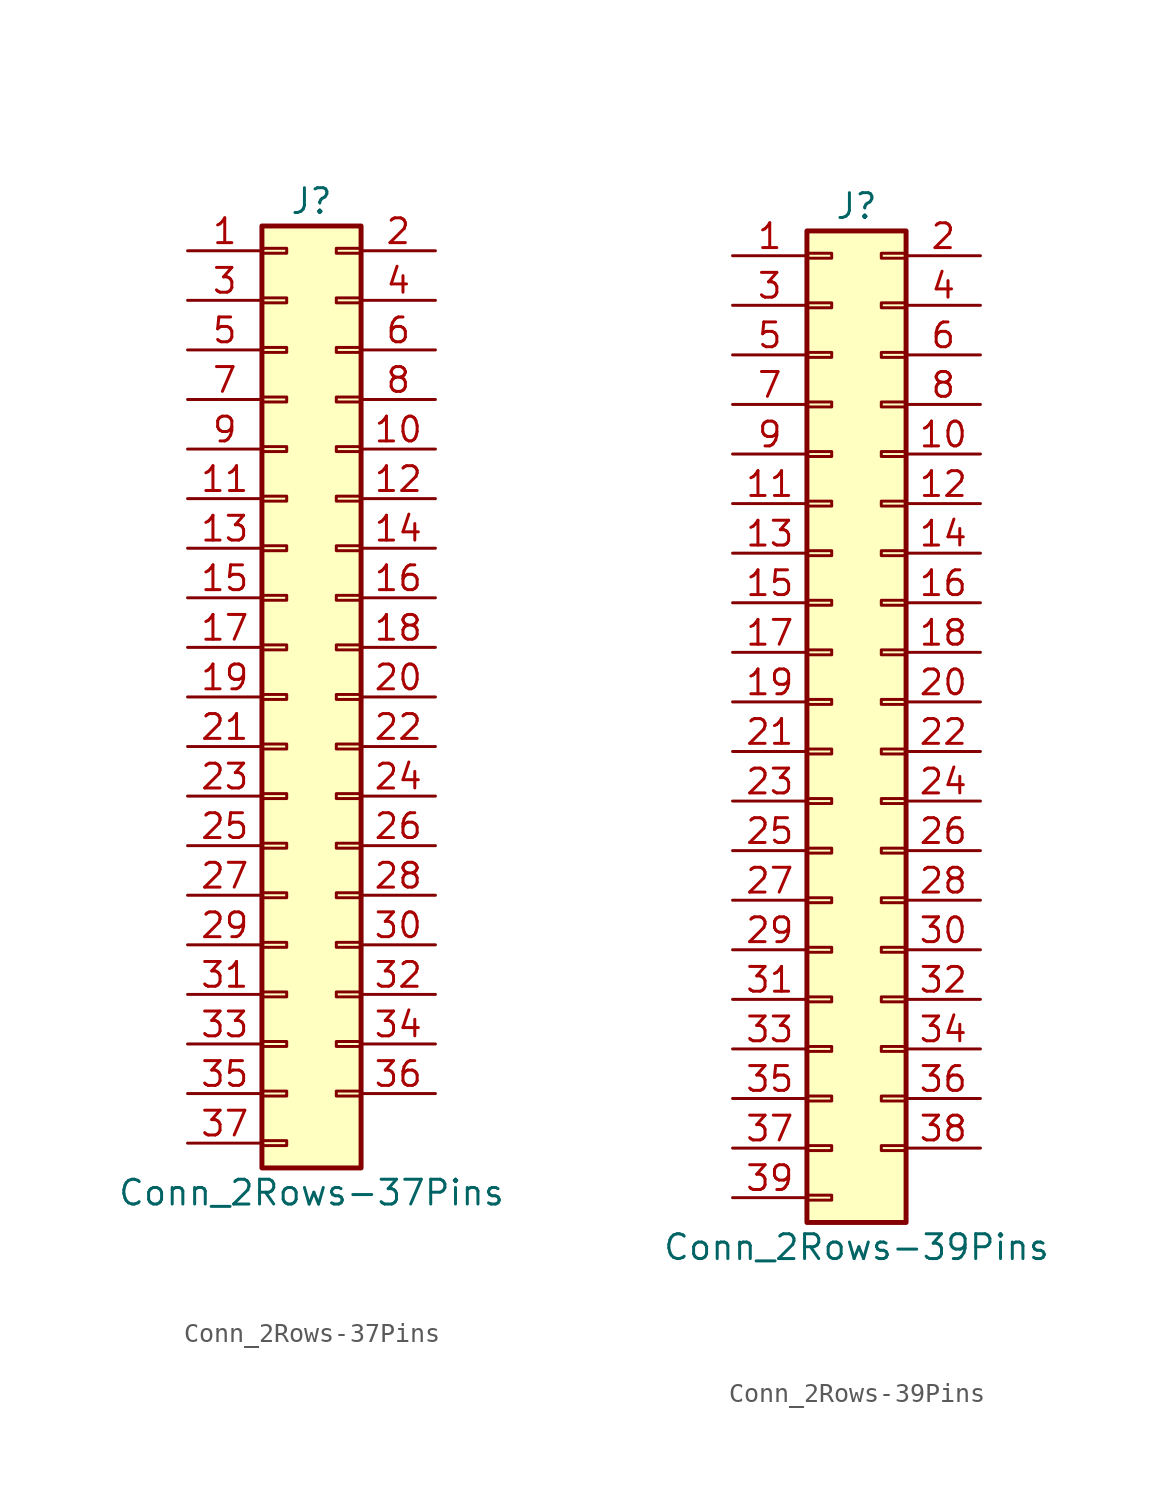
<source format=kicad_sym>
(kicad_symbol_lib
  (version 20201005)
  (generator kicad_symbol_editor)
  (symbol "Conn_2Rows-37Pins"
    (pin_names
      (offset 1.016) hide)
    (property "Reference" "J"
      (at 1.27 25.4 0)
      (effects (font (size 1.27 1.27))))
    (property "Value" "Conn_2Rows-37Pins"
      (at 1.27 -25.4 0)
      (effects (font (size 1.27 1.27))))
    (symbol "Conn_2Rows-37Pins_1_1"
      (rectangle (start -1.27 -22.733) (end 0 -22.987) (stroke (width 0.152)) (fill (type none)))
      (rectangle (start -1.27 -20.193) (end 0 -20.447) (stroke (width 0.152)) (fill (type none)))
      (rectangle (start -1.27 -17.653) (end 0 -17.907) (stroke (width 0.152)) (fill (type none)))
      (rectangle (start -1.27 -15.113) (end 0 -15.367) (stroke (width 0.152)) (fill (type none)))
      (rectangle (start -1.27 -12.573) (end 0 -12.827) (stroke (width 0.152)) (fill (type none)))
      (rectangle (start -1.27 -10.033) (end 0 -10.287) (stroke (width 0.152)) (fill (type none)))
      (rectangle (start -1.27 -7.493) (end 0 -7.747) (stroke (width 0.152)) (fill (type none)))
      (rectangle (start -1.27 -4.953) (end 0 -5.207) (stroke (width 0.152)) (fill (type none)))
      (rectangle (start -1.27 -2.413) (end 0 -2.667) (stroke (width 0.152)) (fill (type none)))
      (rectangle (start -1.27 0.127) (end 0 -0.127) (stroke (width 0.152)) (fill (type none)))
      (rectangle (start -1.27 2.667) (end 0 2.413) (stroke (width 0.152)) (fill (type none)))
      (rectangle (start -1.27 5.207) (end 0 4.953) (stroke (width 0.152)) (fill (type none)))
      (rectangle (start -1.27 7.747) (end 0 7.493) (stroke (width 0.152)) (fill (type none)))
      (rectangle (start -1.27 10.287) (end 0 10.033) (stroke (width 0.152)) (fill (type none)))
      (rectangle (start -1.27 12.827) (end 0 12.573) (stroke (width 0.152)) (fill (type none)))
      (rectangle (start -1.27 15.367) (end 0 15.113) (stroke (width 0.152)) (fill (type none)))
      (rectangle (start -1.27 17.907) (end 0 17.653) (stroke (width 0.152)) (fill (type none)))
      (rectangle (start -1.27 20.447) (end 0 20.193) (stroke (width 0.152)) (fill (type none)))
      (rectangle (start -1.27 22.987) (end 0 22.733) (stroke (width 0.152)) (fill (type none)))
      (rectangle (start -1.27 24.13) (end 3.81 -24.13) (stroke (width 0.254)) (fill (type background)))
      (rectangle (start 3.81 -20.193) (end 2.54 -20.447) (stroke (width 0.152)) (fill (type none)))
      (rectangle (start 3.81 -17.653) (end 2.54 -17.907) (stroke (width 0.152)) (fill (type none)))
      (rectangle (start 3.81 -15.113) (end 2.54 -15.367) (stroke (width 0.152)) (fill (type none)))
      (rectangle (start 3.81 -12.573) (end 2.54 -12.827) (stroke (width 0.152)) (fill (type none)))
      (rectangle (start 3.81 -10.033) (end 2.54 -10.287) (stroke (width 0.152)) (fill (type none)))
      (rectangle (start 3.81 -7.493) (end 2.54 -7.747) (stroke (width 0.152)) (fill (type none)))
      (rectangle (start 3.81 -4.953) (end 2.54 -5.207) (stroke (width 0.152)) (fill (type none)))
      (rectangle (start 3.81 -2.413) (end 2.54 -2.667) (stroke (width 0.152)) (fill (type none)))
      (rectangle (start 3.81 0.127) (end 2.54 -0.127) (stroke (width 0.152)) (fill (type none)))
      (rectangle (start 3.81 2.667) (end 2.54 2.413) (stroke (width 0.152)) (fill (type none)))
      (rectangle (start 3.81 5.207) (end 2.54 4.953) (stroke (width 0.152)) (fill (type none)))
      (rectangle (start 3.81 7.747) (end 2.54 7.493) (stroke (width 0.152)) (fill (type none)))
      (rectangle (start 3.81 10.287) (end 2.54 10.033) (stroke (width 0.152)) (fill (type none)))
      (rectangle (start 3.81 12.827) (end 2.54 12.573) (stroke (width 0.152)) (fill (type none)))
      (rectangle (start 3.81 15.367) (end 2.54 15.113) (stroke (width 0.152)) (fill (type none)))
      (rectangle (start 3.81 17.907) (end 2.54 17.653) (stroke (width 0.152)) (fill (type none)))
      (rectangle (start 3.81 20.447) (end 2.54 20.193) (stroke (width 0.152)) (fill (type none)))
      (rectangle (start 3.81 22.987) (end 2.54 22.733) (stroke (width 0.152)) (fill (type none)))
      (pin passive line (at -5.08 22.86 0) (length 3.81) (name "Pin_1" (effects (font (size 1.27 1.27)))) (number "1" (effects (font (size 1.27 1.27)))))
      (pin passive line (at 7.62 12.7 180) (length 3.81) (name "Pin_10" (effects (font (size 1.27 1.27)))) (number "10" (effects (font (size 1.27 1.27)))))
      (pin passive line (at -5.08 10.16 0) (length 3.81) (name "Pin_11" (effects (font (size 1.27 1.27)))) (number "11" (effects (font (size 1.27 1.27)))))
      (pin passive line (at 7.62 10.16 180) (length 3.81) (name "Pin_12" (effects (font (size 1.27 1.27)))) (number "12" (effects (font (size 1.27 1.27)))))
      (pin passive line (at -5.08 7.62 0) (length 3.81) (name "Pin_13" (effects (font (size 1.27 1.27)))) (number "13" (effects (font (size 1.27 1.27)))))
      (pin passive line (at 7.62 7.62 180) (length 3.81) (name "Pin_14" (effects (font (size 1.27 1.27)))) (number "14" (effects (font (size 1.27 1.27)))))
      (pin passive line (at -5.08 5.08 0) (length 3.81) (name "Pin_15" (effects (font (size 1.27 1.27)))) (number "15" (effects (font (size 1.27 1.27)))))
      (pin passive line (at 7.62 5.08 180) (length 3.81) (name "Pin_16" (effects (font (size 1.27 1.27)))) (number "16" (effects (font (size 1.27 1.27)))))
      (pin passive line (at -5.08 2.54 0) (length 3.81) (name "Pin_17" (effects (font (size 1.27 1.27)))) (number "17" (effects (font (size 1.27 1.27)))))
      (pin passive line (at 7.62 2.54 180) (length 3.81) (name "Pin_18" (effects (font (size 1.27 1.27)))) (number "18" (effects (font (size 1.27 1.27)))))
      (pin passive line (at -5.08 0 0) (length 3.81) (name "Pin_19" (effects (font (size 1.27 1.27)))) (number "19" (effects (font (size 1.27 1.27)))))
      (pin passive line (at 7.62 22.86 180) (length 3.81) (name "Pin_2" (effects (font (size 1.27 1.27)))) (number "2" (effects (font (size 1.27 1.27)))))
      (pin passive line (at 7.62 0 180) (length 3.81) (name "Pin_20" (effects (font (size 1.27 1.27)))) (number "20" (effects (font (size 1.27 1.27)))))
      (pin passive line (at -5.08 -2.54 0) (length 3.81) (name "Pin_21" (effects (font (size 1.27 1.27)))) (number "21" (effects (font (size 1.27 1.27)))))
      (pin passive line (at 7.62 -2.54 180) (length 3.81) (name "Pin_22" (effects (font (size 1.27 1.27)))) (number "22" (effects (font (size 1.27 1.27)))))
      (pin passive line (at -5.08 -5.08 0) (length 3.81) (name "Pin_23" (effects (font (size 1.27 1.27)))) (number "23" (effects (font (size 1.27 1.27)))))
      (pin passive line (at 7.62 -5.08 180) (length 3.81) (name "Pin_24" (effects (font (size 1.27 1.27)))) (number "24" (effects (font (size 1.27 1.27)))))
      (pin passive line (at -5.08 -7.62 0) (length 3.81) (name "Pin_25" (effects (font (size 1.27 1.27)))) (number "25" (effects (font (size 1.27 1.27)))))
      (pin passive line (at 7.62 -7.62 180) (length 3.81) (name "Pin_26" (effects (font (size 1.27 1.27)))) (number "26" (effects (font (size 1.27 1.27)))))
      (pin passive line (at -5.08 -10.16 0) (length 3.81) (name "Pin_27" (effects (font (size 1.27 1.27)))) (number "27" (effects (font (size 1.27 1.27)))))
      (pin passive line (at 7.62 -10.16 180) (length 3.81) (name "Pin_28" (effects (font (size 1.27 1.27)))) (number "28" (effects (font (size 1.27 1.27)))))
      (pin passive line (at -5.08 -12.7 0) (length 3.81) (name "Pin_29" (effects (font (size 1.27 1.27)))) (number "29" (effects (font (size 1.27 1.27)))))
      (pin passive line (at -5.08 20.32 0) (length 3.81) (name "Pin_3" (effects (font (size 1.27 1.27)))) (number "3" (effects (font (size 1.27 1.27)))))
      (pin passive line (at 7.62 -12.7 180) (length 3.81) (name "Pin_30" (effects (font (size 1.27 1.27)))) (number "30" (effects (font (size 1.27 1.27)))))
      (pin passive line (at -5.08 -15.24 0) (length 3.81) (name "Pin_31" (effects (font (size 1.27 1.27)))) (number "31" (effects (font (size 1.27 1.27)))))
      (pin passive line (at 7.62 -15.24 180) (length 3.81) (name "Pin_32" (effects (font (size 1.27 1.27)))) (number "32" (effects (font (size 1.27 1.27)))))
      (pin passive line (at -5.08 -17.78 0) (length 3.81) (name "Pin_33" (effects (font (size 1.27 1.27)))) (number "33" (effects (font (size 1.27 1.27)))))
      (pin passive line (at 7.62 -17.78 180) (length 3.81) (name "Pin_34" (effects (font (size 1.27 1.27)))) (number "34" (effects (font (size 1.27 1.27)))))
      (pin passive line (at -5.08 -20.32 0) (length 3.81) (name "Pin_35" (effects (font (size 1.27 1.27)))) (number "35" (effects (font (size 1.27 1.27)))))
      (pin passive line (at 7.62 -20.32 180) (length 3.81) (name "Pin_36" (effects (font (size 1.27 1.27)))) (number "36" (effects (font (size 1.27 1.27)))))
      (pin passive line (at -5.08 -22.86 0) (length 3.81) (name "Pin_37" (effects (font (size 1.27 1.27)))) (number "37" (effects (font (size 1.27 1.27)))))
      (pin passive line (at 7.62 20.32 180) (length 3.81) (name "Pin_4" (effects (font (size 1.27 1.27)))) (number "4" (effects (font (size 1.27 1.27)))))
      (pin passive line (at -5.08 17.78 0) (length 3.81) (name "Pin_5" (effects (font (size 1.27 1.27)))) (number "5" (effects (font (size 1.27 1.27)))))
      (pin passive line (at 7.62 17.78 180) (length 3.81) (name "Pin_6" (effects (font (size 1.27 1.27)))) (number "6" (effects (font (size 1.27 1.27)))))
      (pin passive line (at -5.08 15.24 0) (length 3.81) (name "Pin_7" (effects (font (size 1.27 1.27)))) (number "7" (effects (font (size 1.27 1.27)))))
      (pin passive line (at 7.62 15.24 180) (length 3.81) (name "Pin_8" (effects (font (size 1.27 1.27)))) (number "8" (effects (font (size 1.27 1.27)))))
      (pin passive line (at -5.08 12.7 0) (length 3.81) (name "Pin_9" (effects (font (size 1.27 1.27)))) (number "9" (effects (font (size 1.27 1.27)))))))
  (symbol "Conn_2Rows-39Pins"
    (pin_names
      (offset 1.016) hide)
    (property "Reference" "J"
      (at 1.27 25.4 0)
      (effects (font (size 1.27 1.27))))
    (property "Value" "Conn_2Rows-39Pins"
      (at 1.27 -27.94 0)
      (effects (font (size 1.27 1.27))))
    (symbol "Conn_2Rows-39Pins_1_1"
      (rectangle (start -1.27 -25.273) (end 0 -25.527) (stroke (width 0.152)) (fill (type none)))
      (rectangle (start -1.27 -22.733) (end 0 -22.987) (stroke (width 0.152)) (fill (type none)))
      (rectangle (start -1.27 -20.193) (end 0 -20.447) (stroke (width 0.152)) (fill (type none)))
      (rectangle (start -1.27 -17.653) (end 0 -17.907) (stroke (width 0.152)) (fill (type none)))
      (rectangle (start -1.27 -15.113) (end 0 -15.367) (stroke (width 0.152)) (fill (type none)))
      (rectangle (start -1.27 -12.573) (end 0 -12.827) (stroke (width 0.152)) (fill (type none)))
      (rectangle (start -1.27 -10.033) (end 0 -10.287) (stroke (width 0.152)) (fill (type none)))
      (rectangle (start -1.27 -7.493) (end 0 -7.747) (stroke (width 0.152)) (fill (type none)))
      (rectangle (start -1.27 -4.953) (end 0 -5.207) (stroke (width 0.152)) (fill (type none)))
      (rectangle (start -1.27 -2.413) (end 0 -2.667) (stroke (width 0.152)) (fill (type none)))
      (rectangle (start -1.27 0.127) (end 0 -0.127) (stroke (width 0.152)) (fill (type none)))
      (rectangle (start -1.27 2.667) (end 0 2.413) (stroke (width 0.152)) (fill (type none)))
      (rectangle (start -1.27 5.207) (end 0 4.953) (stroke (width 0.152)) (fill (type none)))
      (rectangle (start -1.27 7.747) (end 0 7.493) (stroke (width 0.152)) (fill (type none)))
      (rectangle (start -1.27 10.287) (end 0 10.033) (stroke (width 0.152)) (fill (type none)))
      (rectangle (start -1.27 12.827) (end 0 12.573) (stroke (width 0.152)) (fill (type none)))
      (rectangle (start -1.27 15.367) (end 0 15.113) (stroke (width 0.152)) (fill (type none)))
      (rectangle (start -1.27 17.907) (end 0 17.653) (stroke (width 0.152)) (fill (type none)))
      (rectangle (start -1.27 20.447) (end 0 20.193) (stroke (width 0.152)) (fill (type none)))
      (rectangle (start -1.27 22.987) (end 0 22.733) (stroke (width 0.152)) (fill (type none)))
      (rectangle (start -1.27 24.13) (end 3.81 -26.67) (stroke (width 0.254)) (fill (type background)))
      (rectangle (start 3.81 -22.733) (end 2.54 -22.987) (stroke (width 0.152)) (fill (type none)))
      (rectangle (start 3.81 -20.193) (end 2.54 -20.447) (stroke (width 0.152)) (fill (type none)))
      (rectangle (start 3.81 -17.653) (end 2.54 -17.907) (stroke (width 0.152)) (fill (type none)))
      (rectangle (start 3.81 -15.113) (end 2.54 -15.367) (stroke (width 0.152)) (fill (type none)))
      (rectangle (start 3.81 -12.573) (end 2.54 -12.827) (stroke (width 0.152)) (fill (type none)))
      (rectangle (start 3.81 -10.033) (end 2.54 -10.287) (stroke (width 0.152)) (fill (type none)))
      (rectangle (start 3.81 -7.493) (end 2.54 -7.747) (stroke (width 0.152)) (fill (type none)))
      (rectangle (start 3.81 -4.953) (end 2.54 -5.207) (stroke (width 0.152)) (fill (type none)))
      (rectangle (start 3.81 -2.413) (end 2.54 -2.667) (stroke (width 0.152)) (fill (type none)))
      (rectangle (start 3.81 0.127) (end 2.54 -0.127) (stroke (width 0.152)) (fill (type none)))
      (rectangle (start 3.81 2.667) (end 2.54 2.413) (stroke (width 0.152)) (fill (type none)))
      (rectangle (start 3.81 5.207) (end 2.54 4.953) (stroke (width 0.152)) (fill (type none)))
      (rectangle (start 3.81 7.747) (end 2.54 7.493) (stroke (width 0.152)) (fill (type none)))
      (rectangle (start 3.81 10.287) (end 2.54 10.033) (stroke (width 0.152)) (fill (type none)))
      (rectangle (start 3.81 12.827) (end 2.54 12.573) (stroke (width 0.152)) (fill (type none)))
      (rectangle (start 3.81 15.367) (end 2.54 15.113) (stroke (width 0.152)) (fill (type none)))
      (rectangle (start 3.81 17.907) (end 2.54 17.653) (stroke (width 0.152)) (fill (type none)))
      (rectangle (start 3.81 20.447) (end 2.54 20.193) (stroke (width 0.152)) (fill (type none)))
      (rectangle (start 3.81 22.987) (end 2.54 22.733) (stroke (width 0.152)) (fill (type none)))
      (pin passive line (at -5.08 22.86 0) (length 3.81) (name "Pin_1" (effects (font (size 1.27 1.27)))) (number "1" (effects (font (size 1.27 1.27)))))
      (pin passive line (at 7.62 12.7 180) (length 3.81) (name "Pin_10" (effects (font (size 1.27 1.27)))) (number "10" (effects (font (size 1.27 1.27)))))
      (pin passive line (at -5.08 10.16 0) (length 3.81) (name "Pin_11" (effects (font (size 1.27 1.27)))) (number "11" (effects (font (size 1.27 1.27)))))
      (pin passive line (at 7.62 10.16 180) (length 3.81) (name "Pin_12" (effects (font (size 1.27 1.27)))) (number "12" (effects (font (size 1.27 1.27)))))
      (pin passive line (at -5.08 7.62 0) (length 3.81) (name "Pin_13" (effects (font (size 1.27 1.27)))) (number "13" (effects (font (size 1.27 1.27)))))
      (pin passive line (at 7.62 7.62 180) (length 3.81) (name "Pin_14" (effects (font (size 1.27 1.27)))) (number "14" (effects (font (size 1.27 1.27)))))
      (pin passive line (at -5.08 5.08 0) (length 3.81) (name "Pin_15" (effects (font (size 1.27 1.27)))) (number "15" (effects (font (size 1.27 1.27)))))
      (pin passive line (at 7.62 5.08 180) (length 3.81) (name "Pin_16" (effects (font (size 1.27 1.27)))) (number "16" (effects (font (size 1.27 1.27)))))
      (pin passive line (at -5.08 2.54 0) (length 3.81) (name "Pin_17" (effects (font (size 1.27 1.27)))) (number "17" (effects (font (size 1.27 1.27)))))
      (pin passive line (at 7.62 2.54 180) (length 3.81) (name "Pin_18" (effects (font (size 1.27 1.27)))) (number "18" (effects (font (size 1.27 1.27)))))
      (pin passive line (at -5.08 0 0) (length 3.81) (name "Pin_19" (effects (font (size 1.27 1.27)))) (number "19" (effects (font (size 1.27 1.27)))))
      (pin passive line (at 7.62 22.86 180) (length 3.81) (name "Pin_2" (effects (font (size 1.27 1.27)))) (number "2" (effects (font (size 1.27 1.27)))))
      (pin passive line (at 7.62 0 180) (length 3.81) (name "Pin_20" (effects (font (size 1.27 1.27)))) (number "20" (effects (font (size 1.27 1.27)))))
      (pin passive line (at -5.08 -2.54 0) (length 3.81) (name "Pin_21" (effects (font (size 1.27 1.27)))) (number "21" (effects (font (size 1.27 1.27)))))
      (pin passive line (at 7.62 -2.54 180) (length 3.81) (name "Pin_22" (effects (font (size 1.27 1.27)))) (number "22" (effects (font (size 1.27 1.27)))))
      (pin passive line (at -5.08 -5.08 0) (length 3.81) (name "Pin_23" (effects (font (size 1.27 1.27)))) (number "23" (effects (font (size 1.27 1.27)))))
      (pin passive line (at 7.62 -5.08 180) (length 3.81) (name "Pin_24" (effects (font (size 1.27 1.27)))) (number "24" (effects (font (size 1.27 1.27)))))
      (pin passive line (at -5.08 -7.62 0) (length 3.81) (name "Pin_25" (effects (font (size 1.27 1.27)))) (number "25" (effects (font (size 1.27 1.27)))))
      (pin passive line (at 7.62 -7.62 180) (length 3.81) (name "Pin_26" (effects (font (size 1.27 1.27)))) (number "26" (effects (font (size 1.27 1.27)))))
      (pin passive line (at -5.08 -10.16 0) (length 3.81) (name "Pin_27" (effects (font (size 1.27 1.27)))) (number "27" (effects (font (size 1.27 1.27)))))
      (pin passive line (at 7.62 -10.16 180) (length 3.81) (name "Pin_28" (effects (font (size 1.27 1.27)))) (number "28" (effects (font (size 1.27 1.27)))))
      (pin passive line (at -5.08 -12.7 0) (length 3.81) (name "Pin_29" (effects (font (size 1.27 1.27)))) (number "29" (effects (font (size 1.27 1.27)))))
      (pin passive line (at -5.08 20.32 0) (length 3.81) (name "Pin_3" (effects (font (size 1.27 1.27)))) (number "3" (effects (font (size 1.27 1.27)))))
      (pin passive line (at 7.62 -12.7 180) (length 3.81) (name "Pin_30" (effects (font (size 1.27 1.27)))) (number "30" (effects (font (size 1.27 1.27)))))
      (pin passive line (at -5.08 -15.24 0) (length 3.81) (name "Pin_31" (effects (font (size 1.27 1.27)))) (number "31" (effects (font (size 1.27 1.27)))))
      (pin passive line (at 7.62 -15.24 180) (length 3.81) (name "Pin_32" (effects (font (size 1.27 1.27)))) (number "32" (effects (font (size 1.27 1.27)))))
      (pin passive line (at -5.08 -17.78 0) (length 3.81) (name "Pin_33" (effects (font (size 1.27 1.27)))) (number "33" (effects (font (size 1.27 1.27)))))
      (pin passive line (at 7.62 -17.78 180) (length 3.81) (name "Pin_34" (effects (font (size 1.27 1.27)))) (number "34" (effects (font (size 1.27 1.27)))))
      (pin passive line (at -5.08 -20.32 0) (length 3.81) (name "Pin_35" (effects (font (size 1.27 1.27)))) (number "35" (effects (font (size 1.27 1.27)))))
      (pin passive line (at 7.62 -20.32 180) (length 3.81) (name "Pin_36" (effects (font (size 1.27 1.27)))) (number "36" (effects (font (size 1.27 1.27)))))
      (pin passive line (at -5.08 -22.86 0) (length 3.81) (name "Pin_37" (effects (font (size 1.27 1.27)))) (number "37" (effects (font (size 1.27 1.27)))))
      (pin passive line (at 7.62 -22.86 180) (length 3.81) (name "Pin_38" (effects (font (size 1.27 1.27)))) (number "38" (effects (font (size 1.27 1.27)))))
      (pin passive line (at -5.08 -25.4 0) (length 3.81) (name "Pin_39" (effects (font (size 1.27 1.27)))) (number "39" (effects (font (size 1.27 1.27)))))
      (pin passive line (at 7.62 20.32 180) (length 3.81) (name "Pin_4" (effects (font (size 1.27 1.27)))) (number "4" (effects (font (size 1.27 1.27)))))
      (pin passive line (at -5.08 17.78 0) (length 3.81) (name "Pin_5" (effects (font (size 1.27 1.27)))) (number "5" (effects (font (size 1.27 1.27)))))
      (pin passive line (at 7.62 17.78 180) (length 3.81) (name "Pin_6" (effects (font (size 1.27 1.27)))) (number "6" (effects (font (size 1.27 1.27)))))
      (pin passive line (at -5.08 15.24 0) (length 3.81) (name "Pin_7" (effects (font (size 1.27 1.27)))) (number "7" (effects (font (size 1.27 1.27)))))
      (pin passive line (at 7.62 15.24 180) (length 3.81) (name "Pin_8" (effects (font (size 1.27 1.27)))) (number "8" (effects (font (size 1.27 1.27)))))
      (pin passive line (at -5.08 12.7 0) (length 3.81) (name "Pin_9" (effects (font (size 1.27 1.27)))) (number "9" (effects (font (size 1.27 1.27))))))))
</source>
